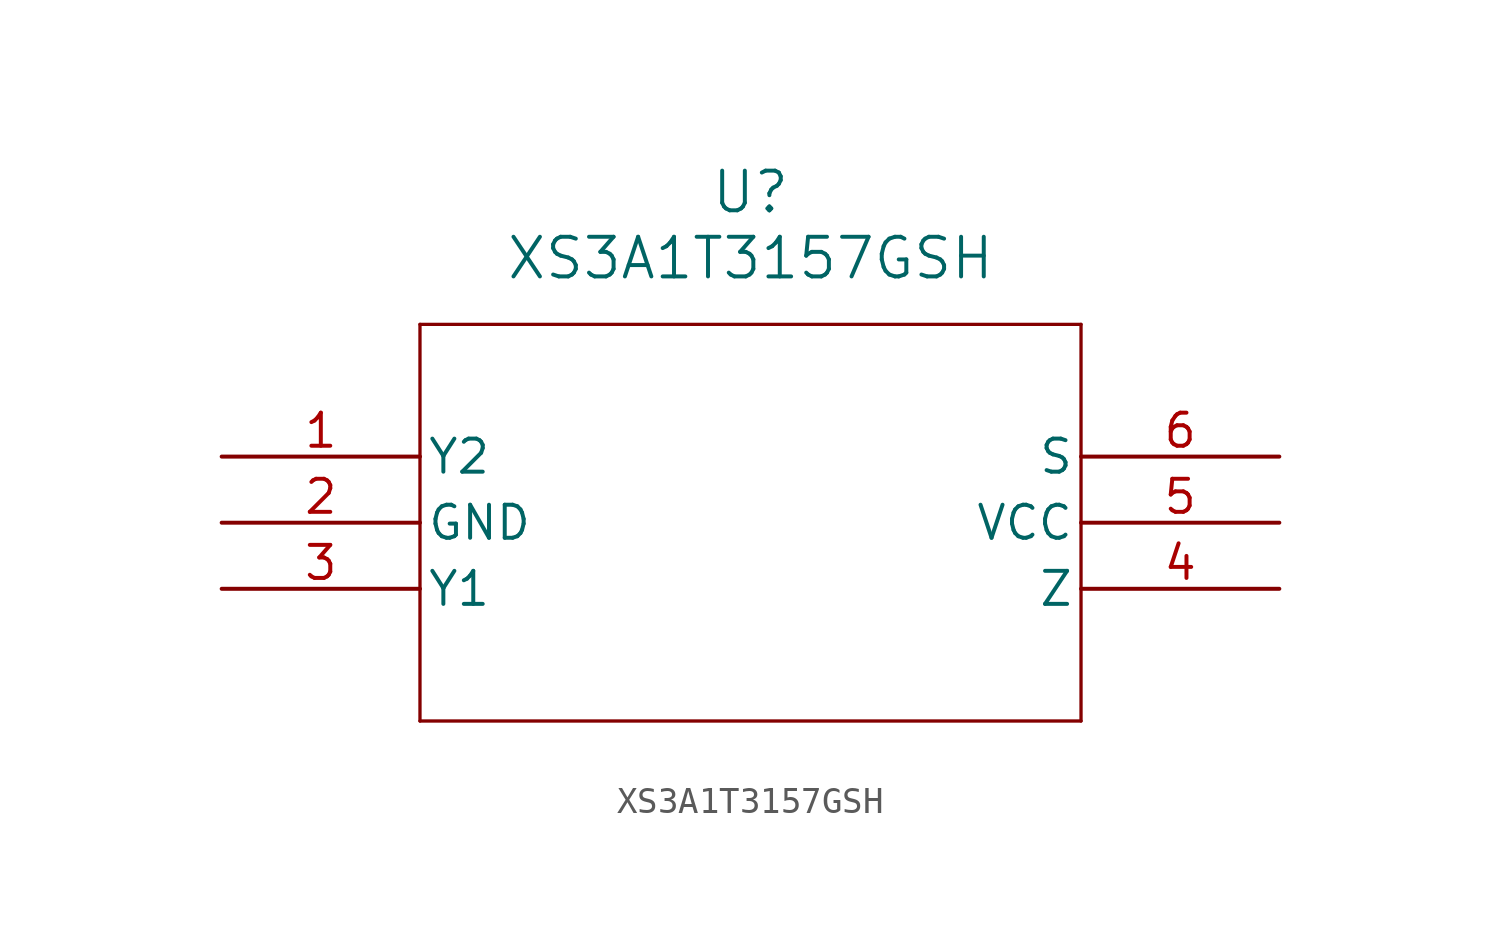
<source format=kicad_sym>
(kicad_symbol_lib
  (version 20211014)
  (generator kicad_symbol_editor)
  (symbol "XS3A1T3157GSH"
    (pin_names
      (offset 0.254))
    (property "Reference" "U"
      (at 20.32 10.16 0)
      (effects (font (size 1.524 1.524))))
    (property "Value" "XS3A1T3157GSH"
      (at 20.32 7.62 0)
      (effects (font (size 1.524 1.524))))
    (symbol "XS3A1T3157GSH_0_1"
      (polyline (pts (xy 7.62 5.08) (xy 7.62 -10.16)) (stroke (width 0.127) (type default) (color 0 0 0 0)) (fill (type none)))
      (polyline (pts (xy 7.62 -10.16) (xy 33.02 -10.16)) (stroke (width 0.127) (type default) (color 0 0 0 0)) (fill (type none)))
      (polyline (pts (xy 33.02 -10.16) (xy 33.02 5.08)) (stroke (width 0.127) (type default) (color 0 0 0 0)) (fill (type none)))
      (polyline (pts (xy 33.02 5.08) (xy 7.62 5.08)) (stroke (width 0.127) (type default) (color 0 0 0 0)) (fill (type none)))
      (pin bidirectional line (at 0 0 0) (length 7.62) (name "Y2" (effects (font (size 1.27 1.27)))) (number "1" (effects (font (size 1.27 1.27)))))
      (pin power_out line (at 0 -2.54 0) (length 7.62) (name "GND" (effects (font (size 1.27 1.27)))) (number "2" (effects (font (size 1.27 1.27)))))
      (pin bidirectional line (at 0 -5.08 0) (length 7.62) (name "Y1" (effects (font (size 1.27 1.27)))) (number "3" (effects (font (size 1.27 1.27)))))
      (pin bidirectional line (at 40.64 -5.08 180) (length 7.62) (name "Z" (effects (font (size 1.27 1.27)))) (number "4" (effects (font (size 1.27 1.27)))))
      (pin power_in line (at 40.64 -2.54 180) (length 7.62) (name "VCC" (effects (font (size 1.27 1.27)))) (number "5" (effects (font (size 1.27 1.27)))))
      (pin input line (at 40.64 0 180) (length 7.62) (name "S" (effects (font (size 1.27 1.27)))) (number "6" (effects (font (size 1.27 1.27))))))))
</source>
